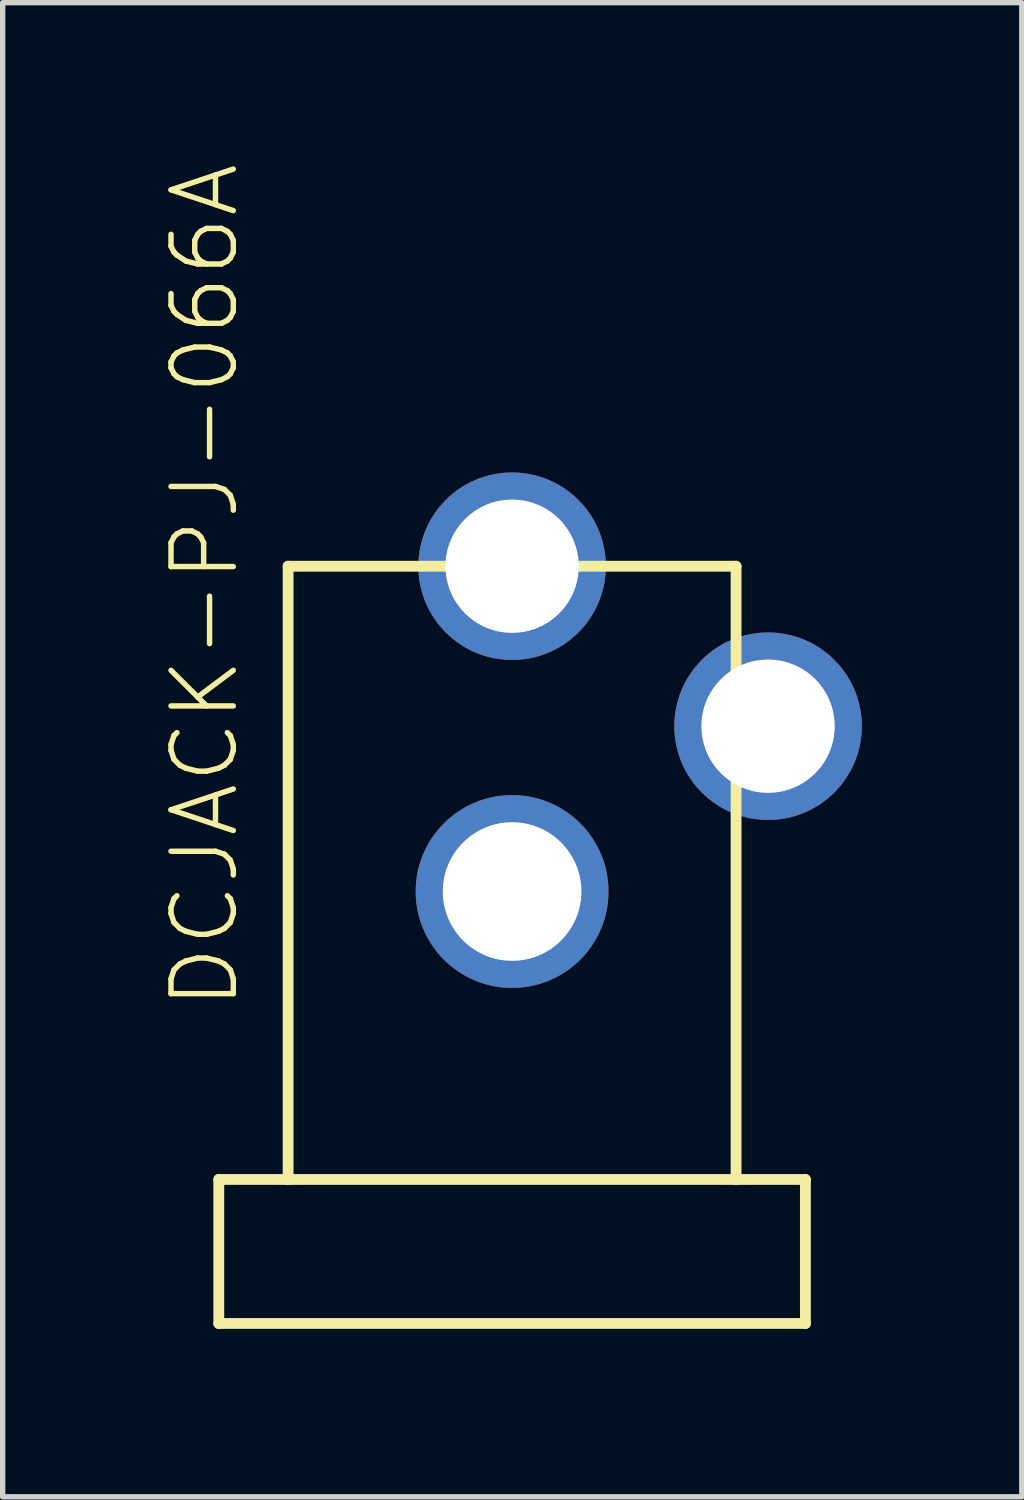
<source format=kicad_pcb>
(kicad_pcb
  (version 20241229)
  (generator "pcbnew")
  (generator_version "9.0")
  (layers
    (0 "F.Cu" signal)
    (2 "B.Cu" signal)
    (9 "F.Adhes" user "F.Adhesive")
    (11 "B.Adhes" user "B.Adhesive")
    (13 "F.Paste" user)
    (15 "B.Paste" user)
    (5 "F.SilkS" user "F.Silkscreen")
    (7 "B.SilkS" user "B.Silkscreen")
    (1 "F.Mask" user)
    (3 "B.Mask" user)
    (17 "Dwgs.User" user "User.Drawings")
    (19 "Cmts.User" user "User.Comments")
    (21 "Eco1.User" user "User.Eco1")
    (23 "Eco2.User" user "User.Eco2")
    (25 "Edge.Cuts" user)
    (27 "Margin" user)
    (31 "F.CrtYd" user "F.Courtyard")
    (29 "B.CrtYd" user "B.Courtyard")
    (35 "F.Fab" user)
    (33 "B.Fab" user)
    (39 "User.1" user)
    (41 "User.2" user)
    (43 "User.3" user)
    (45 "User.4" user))
  (footprint "DCJACK-PJ-066A"
    (layer "F.Cu")
    (at 6.553 21.768)
    (property "Reference" "DCJACK-PJ-066A" (at -5.08 -5.84 90) (layer "F.SilkS") (effects (font (size 1.168 1.168) (thickness 0.102)) (justify left bottom)))
    (fp_line (start -5.5 -2.7) (end -5.5 0) (stroke (width 0.203) (type solid)) (layer "F.SilkS"))
    (fp_line (start -4.2 -14.2) (end 4.2 -14.2) (stroke (width 0.203) (type solid)) (layer "F.SilkS"))
    (fp_line (start -4.2 -2.7) (end -5.5 -2.7) (stroke (width 0.203) (type solid)) (layer "F.SilkS"))
    (fp_line (start -4.2 -2.7) (end -4.2 -14.2) (stroke (width 0.203) (type solid)) (layer "F.SilkS"))
    (fp_line (start -4.2 -2.7) (end 4.2 -2.7) (stroke (width 0.203) (type solid)) (layer "F.SilkS"))
    (fp_line (start 4.2 -2.7) (end 4.2 -14.2) (stroke (width 0.203) (type solid)) (layer "F.SilkS"))
    (fp_line (start 4.2 -2.7) (end 5.5 -2.7) (stroke (width 0.203) (type solid)) (layer "F.SilkS"))
    (fp_line (start 5.5 -2.7) (end 5.5 0) (stroke (width 0.203) (type solid)) (layer "F.SilkS"))
    (fp_line (start 5.5 0) (end -5.5 0) (stroke (width 0.203) (type solid)) (layer "F.SilkS"))
    (pad "GND" thru_hole circle (at 0 -8.1) (size 3.616 3.616) (drill 2.6) (layers "*.Cu" "*.Mask"))
    (pad "GNDBREAK" thru_hole circle (at 4.8 -11.2 90) (size 3.516 3.516) (drill 2.5) (layers "*.Cu" "*.Mask"))
    (pad "PWR" thru_hole circle (at 0 -14.2) (size 3.516 3.516) (drill 2.5) (layers "*.Cu" "*.Mask")))
  (gr_rect
    (start -3 -3)
    (end 16.111 25.018)
    (stroke (width 0.1) (type default))
    (fill no)
    (layer "Edge.Cuts")))
</source>
